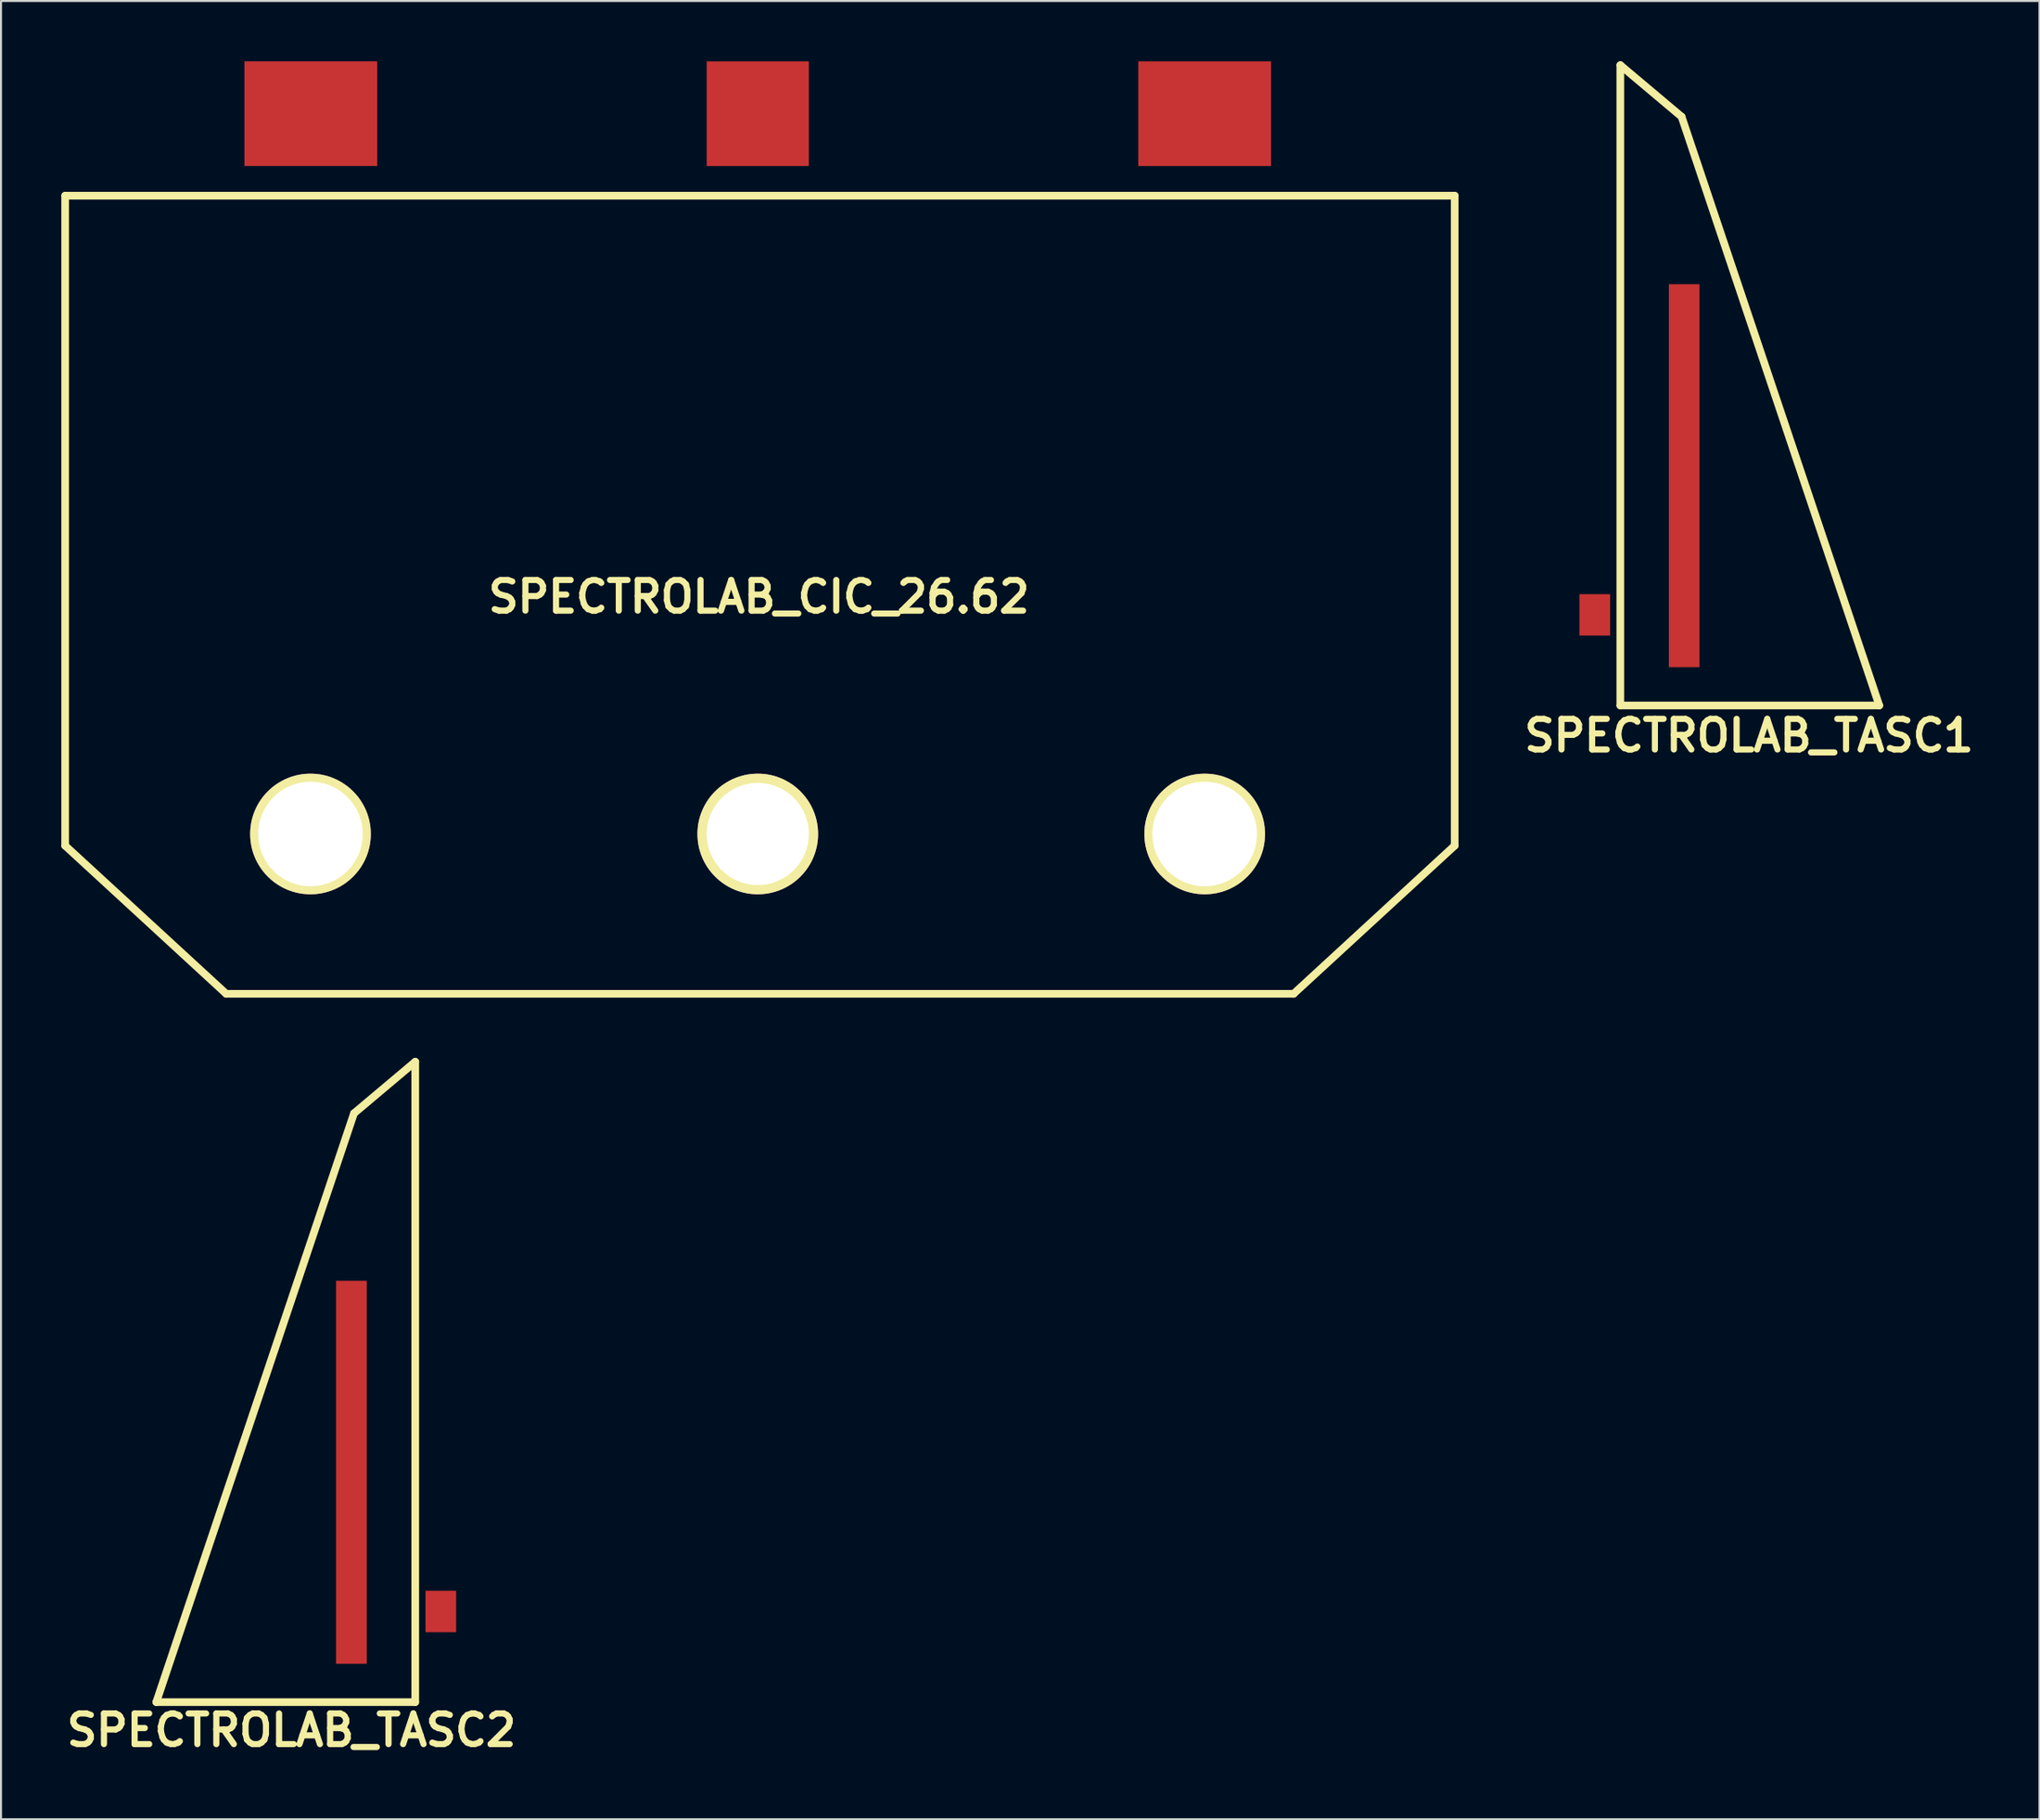
<source format=kicad_pcb>
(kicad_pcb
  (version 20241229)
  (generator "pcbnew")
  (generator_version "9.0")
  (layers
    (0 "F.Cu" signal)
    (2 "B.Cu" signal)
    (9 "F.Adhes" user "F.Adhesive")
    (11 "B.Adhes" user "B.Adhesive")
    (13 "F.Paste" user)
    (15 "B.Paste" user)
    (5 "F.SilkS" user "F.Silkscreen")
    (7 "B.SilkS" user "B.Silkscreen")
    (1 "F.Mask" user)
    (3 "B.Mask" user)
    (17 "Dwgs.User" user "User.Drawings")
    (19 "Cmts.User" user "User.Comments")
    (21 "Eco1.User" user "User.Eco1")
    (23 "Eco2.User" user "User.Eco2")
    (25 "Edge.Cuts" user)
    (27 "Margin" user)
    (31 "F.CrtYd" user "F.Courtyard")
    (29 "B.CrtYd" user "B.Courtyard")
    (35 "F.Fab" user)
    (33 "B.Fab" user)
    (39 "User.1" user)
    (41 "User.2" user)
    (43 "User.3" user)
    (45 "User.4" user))
  (footprint "SPECTROLAB_TASC1"
    (layer "F.Cu")
    (at 77.527 32.042)
    (property "Reference" "SPECTROLAB_TASC1" (at 6.4 1.5 0) (layer "F.SilkS") (effects (font (size 1.524 1.524) (thickness 0.305))))
    (attr through_hole)
    (fp_line (start 0 0) (end 0 -31.852) (stroke (width 0.381) (type solid)) (layer "F.SilkS"))
    (fp_line (start 3.048 -29.286) (end 0 -31.852) (stroke (width 0.381) (type solid)) (layer "F.SilkS"))
    (fp_line (start 12.878 0) (end 0 0) (stroke (width 0.381) (type solid)) (layer "F.SilkS"))
    (fp_line (start 12.878 0) (end 3.048 -29.286) (stroke (width 0.381) (type solid)) (layer "F.SilkS"))
    (pad "1" smd rect (at -1.27 -4.508) (size 1.524 2.057) (layers "F.Cu" "F.Mask" "F.Paste"))
    (pad "2" smd rect (at 3.175 -11.43) (size 1.524 19.05) (layers "F.Cu" "F.Mask" "F.Paste")))
  (footprint "SPECTROLAB_CIC_26.62"
    (layer "F.Cu")
    (at 34.59 24.435)
    (property "Reference" "SPECTROLAB_CIC_26.62" (at 0.099 2.2 0) (layer "F.SilkS") (effects (font (size 1.524 1.524) (thickness 0.305))))
    (attr through_hole)
    (fp_line (start -34.4 -17.75) (end -34.4 14.58) (stroke (width 0.381) (type solid)) (layer "F.SilkS"))
    (fp_line (start -34.4 14.58) (end -26.39 21.95) (stroke (width 0.381) (type solid)) (layer "F.SilkS"))
    (fp_line (start -26.39 21.95) (end 26.69 21.95) (stroke (width 0.381) (type solid)) (layer "F.SilkS"))
    (fp_line (start 34.7 -17.75) (end 34.7 14.58) (stroke (width 0.381) (type solid)) (layer "F.SilkS"))
    (fp_line (start 34.7 14.58) (end 26.69 21.95) (stroke (width 0.381) (type solid)) (layer "F.SilkS"))
    (fp_line (start 34.701 -17.75) (end -34.399 -17.75) (stroke (width 0.381) (type solid)) (layer "F.SilkS"))
    (pad "1" thru_hole circle (at -22.2 14) (size 5.999 5.999) (drill 5.199) (layers "*.Cu" "*.Mask" "F.SilkS"))
    (pad "1" thru_hole circle (at 0.043 14) (size 5.999 5.999) (drill 5.08) (layers "*.Cu" "*.Mask" "F.SilkS"))
    (pad "1" thru_hole circle (at 22.268 14) (size 5.999 5.999) (drill 5.199) (layers "*.Cu" "*.Mask" "F.SilkS"))
    (pad "2" smd rect (at -22.182 -21.831) (size 6.604 5.207) (layers "F.Cu" "F.Mask" "F.Paste"))
    (pad "2" smd rect (at 0.043 -21.829) (size 5.08 5.207) (layers "F.Cu" "F.Mask" "F.Paste"))
    (pad "2" smd rect (at 22.268 -21.829) (size 6.604 5.207) (layers "F.Cu" "F.Mask" "F.Paste")))
  (footprint "SPECTROLAB_TASC2"
    (layer "F.Cu")
    (at 17.545 81.617)
    (property "Reference" "SPECTROLAB_TASC2" (at -6.1 1.4 0) (layer "F.SilkS") (effects (font (size 1.524 1.524) (thickness 0.305))))
    (attr through_hole)
    (fp_line (start -12.822 0) (end -2.992 -29.286) (stroke (width 0.381) (type solid)) (layer "F.SilkS"))
    (fp_line (start -12.822 0) (end 0.056 0) (stroke (width 0.381) (type solid)) (layer "F.SilkS"))
    (fp_line (start -2.992 -29.286) (end 0.056 -31.852) (stroke (width 0.381) (type solid)) (layer "F.SilkS"))
    (fp_line (start 0.056 0) (end 0.056 -31.852) (stroke (width 0.381) (type solid)) (layer "F.SilkS"))
    (pad "1" smd rect (at 1.326 -4.508 180) (size 1.524 2.057) (layers "F.Cu" "F.Mask" "F.Paste"))
    (pad "2" smd rect (at -3.119 -11.43 180) (size 1.524 19.05) (layers "F.Cu" "F.Mask" "F.Paste")))
  (gr_rect
    (start -3 -3)
    (end 98.372 87.444)
    (stroke (width 0.1) (type default))
    (fill no)
    (layer "Edge.Cuts")))
</source>
